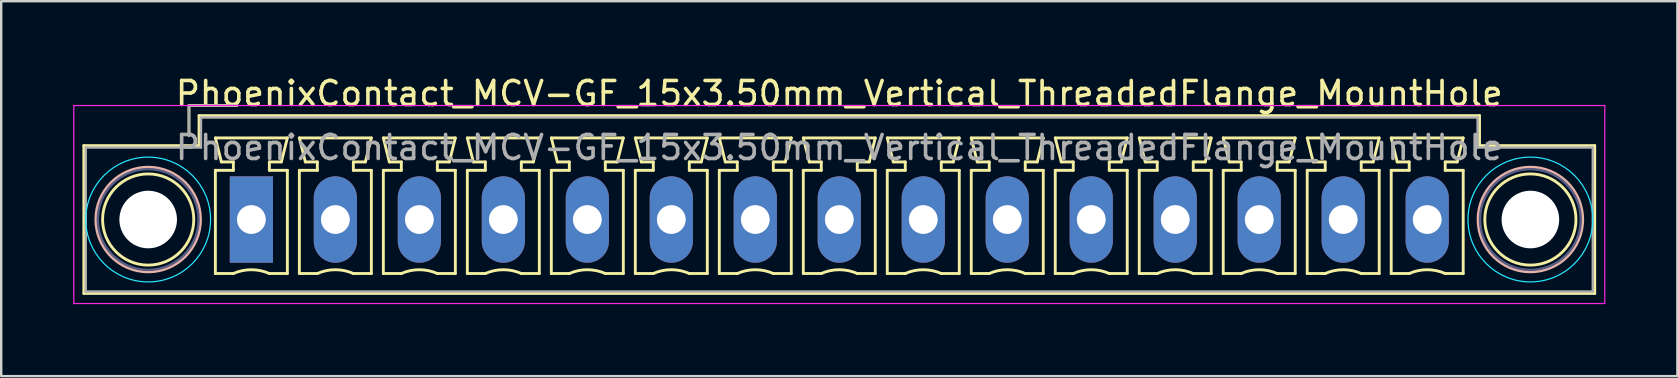
<source format=kicad_pcb>
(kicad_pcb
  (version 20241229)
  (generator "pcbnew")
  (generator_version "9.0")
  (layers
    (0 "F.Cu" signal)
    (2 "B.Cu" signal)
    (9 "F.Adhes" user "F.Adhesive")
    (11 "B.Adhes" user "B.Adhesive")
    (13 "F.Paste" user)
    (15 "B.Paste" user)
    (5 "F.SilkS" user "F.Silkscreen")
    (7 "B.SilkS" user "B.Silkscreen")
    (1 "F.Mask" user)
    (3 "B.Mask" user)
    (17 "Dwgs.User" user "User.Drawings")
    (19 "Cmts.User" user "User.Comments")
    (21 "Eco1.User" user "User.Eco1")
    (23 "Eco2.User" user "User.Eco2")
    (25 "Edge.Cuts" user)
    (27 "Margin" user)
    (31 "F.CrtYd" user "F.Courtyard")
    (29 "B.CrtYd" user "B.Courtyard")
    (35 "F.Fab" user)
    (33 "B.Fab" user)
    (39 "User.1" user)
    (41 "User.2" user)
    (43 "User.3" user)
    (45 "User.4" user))
  (footprint "PhoenixContact_MCV-GF_15x3.50mm_Vertical_ThreadedFlange_MountHole"
    (layer "F.Cu")
    (at 7.425 6.098)
    (property "Reference" "PhoenixContact_MCV-GF_15x3.50mm_Vertical_ThreadedFlange_MountHole" (at 24.5 -5.25 0) (layer "F.SilkS") (effects (font (size 1 1) (thickness 0.15))))
    (attr through_hole)
    (fp_line (start -6.98 -3.08) (end -6.98 3.08) (stroke (width 0.12) (type solid)) (layer "F.SilkS"))
    (fp_line (start -6.98 3.08) (end 55.98 3.08) (stroke (width 0.12) (type solid)) (layer "F.SilkS"))
    (fp_line (start -2.6 -4.75) (end -0.6 -4.75) (stroke (width 0.12) (type solid)) (layer "F.SilkS"))
    (fp_line (start -2.6 -3.5) (end -2.6 -4.75) (stroke (width 0.12) (type solid)) (layer "F.SilkS"))
    (fp_line (start -2.18 -4.33) (end -2.18 -3.08) (stroke (width 0.12) (type solid)) (layer "F.SilkS"))
    (fp_line (start -2.18 -3.08) (end -6.98 -3.08) (stroke (width 0.12) (type solid)) (layer "F.SilkS"))
    (fp_line (start -1.5 -3.4) (end 1.5 -3.4) (stroke (width 0.12) (type solid)) (layer "F.SilkS"))
    (fp_line (start -1.5 -2.05) (end -0.75 -2.05) (stroke (width 0.12) (type solid)) (layer "F.SilkS"))
    (fp_line (start -1.5 2.25) (end -1.5 -2.05) (stroke (width 0.12) (type solid)) (layer "F.SilkS"))
    (fp_line (start -1.25 -2.4) (end -1.5 -3.4) (stroke (width 0.12) (type solid)) (layer "F.SilkS"))
    (fp_line (start -0.75 -2.4) (end -1.25 -2.4) (stroke (width 0.12) (type solid)) (layer "F.SilkS"))
    (fp_line (start -0.75 -2.05) (end -0.75 -2.4) (stroke (width 0.12) (type solid)) (layer "F.SilkS"))
    (fp_line (start -0.75 2.25) (end -1.5 2.25) (stroke (width 0.12) (type solid)) (layer "F.SilkS"))
    (fp_line (start 0.75 -2.4) (end 0.75 -2.05) (stroke (width 0.12) (type solid)) (layer "F.SilkS"))
    (fp_line (start 0.75 -2.05) (end 1.5 -2.05) (stroke (width 0.12) (type solid)) (layer "F.SilkS"))
    (fp_line (start 1.25 -2.4) (end 0.75 -2.4) (stroke (width 0.12) (type solid)) (layer "F.SilkS"))
    (fp_line (start 1.5 -3.4) (end 1.25 -2.4) (stroke (width 0.12) (type solid)) (layer "F.SilkS"))
    (fp_line (start 1.5 -2.05) (end 1.5 2.25) (stroke (width 0.12) (type solid)) (layer "F.SilkS"))
    (fp_line (start 1.5 2.25) (end 0.75 2.25) (stroke (width 0.12) (type solid)) (layer "F.SilkS"))
    (fp_line (start 2 -3.4) (end 5 -3.4) (stroke (width 0.12) (type solid)) (layer "F.SilkS"))
    (fp_line (start 2 -2.05) (end 2.75 -2.05) (stroke (width 0.12) (type solid)) (layer "F.SilkS"))
    (fp_line (start 2 2.25) (end 2 -2.05) (stroke (width 0.12) (type solid)) (layer "F.SilkS"))
    (fp_line (start 2.25 -2.4) (end 2 -3.4) (stroke (width 0.12) (type solid)) (layer "F.SilkS"))
    (fp_line (start 2.75 -2.4) (end 2.25 -2.4) (stroke (width 0.12) (type solid)) (layer "F.SilkS"))
    (fp_line (start 2.75 -2.05) (end 2.75 -2.4) (stroke (width 0.12) (type solid)) (layer "F.SilkS"))
    (fp_line (start 2.75 2.25) (end 2 2.25) (stroke (width 0.12) (type solid)) (layer "F.SilkS"))
    (fp_line (start 4.25 -2.4) (end 4.25 -2.05) (stroke (width 0.12) (type solid)) (layer "F.SilkS"))
    (fp_line (start 4.25 -2.05) (end 5 -2.05) (stroke (width 0.12) (type solid)) (layer "F.SilkS"))
    (fp_line (start 4.75 -2.4) (end 4.25 -2.4) (stroke (width 0.12) (type solid)) (layer "F.SilkS"))
    (fp_line (start 5 -3.4) (end 4.75 -2.4) (stroke (width 0.12) (type solid)) (layer "F.SilkS"))
    (fp_line (start 5 -2.05) (end 5 2.25) (stroke (width 0.12) (type solid)) (layer "F.SilkS"))
    (fp_line (start 5 2.25) (end 4.25 2.25) (stroke (width 0.12) (type solid)) (layer "F.SilkS"))
    (fp_line (start 5.5 -3.4) (end 8.5 -3.4) (stroke (width 0.12) (type solid)) (layer "F.SilkS"))
    (fp_line (start 5.5 -2.05) (end 6.25 -2.05) (stroke (width 0.12) (type solid)) (layer "F.SilkS"))
    (fp_line (start 5.5 2.25) (end 5.5 -2.05) (stroke (width 0.12) (type solid)) (layer "F.SilkS"))
    (fp_line (start 5.75 -2.4) (end 5.5 -3.4) (stroke (width 0.12) (type solid)) (layer "F.SilkS"))
    (fp_line (start 6.25 -2.4) (end 5.75 -2.4) (stroke (width 0.12) (type solid)) (layer "F.SilkS"))
    (fp_line (start 6.25 -2.05) (end 6.25 -2.4) (stroke (width 0.12) (type solid)) (layer "F.SilkS"))
    (fp_line (start 6.25 2.25) (end 5.5 2.25) (stroke (width 0.12) (type solid)) (layer "F.SilkS"))
    (fp_line (start 7.75 -2.4) (end 7.75 -2.05) (stroke (width 0.12) (type solid)) (layer "F.SilkS"))
    (fp_line (start 7.75 -2.05) (end 8.5 -2.05) (stroke (width 0.12) (type solid)) (layer "F.SilkS"))
    (fp_line (start 8.25 -2.4) (end 7.75 -2.4) (stroke (width 0.12) (type solid)) (layer "F.SilkS"))
    (fp_line (start 8.5 -3.4) (end 8.25 -2.4) (stroke (width 0.12) (type solid)) (layer "F.SilkS"))
    (fp_line (start 8.5 -2.05) (end 8.5 2.25) (stroke (width 0.12) (type solid)) (layer "F.SilkS"))
    (fp_line (start 8.5 2.25) (end 7.75 2.25) (stroke (width 0.12) (type solid)) (layer "F.SilkS"))
    (fp_line (start 9 -3.4) (end 12 -3.4) (stroke (width 0.12) (type solid)) (layer "F.SilkS"))
    (fp_line (start 9 -2.05) (end 9.75 -2.05) (stroke (width 0.12) (type solid)) (layer "F.SilkS"))
    (fp_line (start 9 2.25) (end 9 -2.05) (stroke (width 0.12) (type solid)) (layer "F.SilkS"))
    (fp_line (start 9.25 -2.4) (end 9 -3.4) (stroke (width 0.12) (type solid)) (layer "F.SilkS"))
    (fp_line (start 9.75 -2.4) (end 9.25 -2.4) (stroke (width 0.12) (type solid)) (layer "F.SilkS"))
    (fp_line (start 9.75 -2.05) (end 9.75 -2.4) (stroke (width 0.12) (type solid)) (layer "F.SilkS"))
    (fp_line (start 9.75 2.25) (end 9 2.25) (stroke (width 0.12) (type solid)) (layer "F.SilkS"))
    (fp_line (start 11.25 -2.4) (end 11.25 -2.05) (stroke (width 0.12) (type solid)) (layer "F.SilkS"))
    (fp_line (start 11.25 -2.05) (end 12 -2.05) (stroke (width 0.12) (type solid)) (layer "F.SilkS"))
    (fp_line (start 11.75 -2.4) (end 11.25 -2.4) (stroke (width 0.12) (type solid)) (layer "F.SilkS"))
    (fp_line (start 12 -3.4) (end 11.75 -2.4) (stroke (width 0.12) (type solid)) (layer "F.SilkS"))
    (fp_line (start 12 -2.05) (end 12 2.25) (stroke (width 0.12) (type solid)) (layer "F.SilkS"))
    (fp_line (start 12 2.25) (end 11.25 2.25) (stroke (width 0.12) (type solid)) (layer "F.SilkS"))
    (fp_line (start 12.5 -3.4) (end 15.5 -3.4) (stroke (width 0.12) (type solid)) (layer "F.SilkS"))
    (fp_line (start 12.5 -2.05) (end 13.25 -2.05) (stroke (width 0.12) (type solid)) (layer "F.SilkS"))
    (fp_line (start 12.5 2.25) (end 12.5 -2.05) (stroke (width 0.12) (type solid)) (layer "F.SilkS"))
    (fp_line (start 12.75 -2.4) (end 12.5 -3.4) (stroke (width 0.12) (type solid)) (layer "F.SilkS"))
    (fp_line (start 13.25 -2.4) (end 12.75 -2.4) (stroke (width 0.12) (type solid)) (layer "F.SilkS"))
    (fp_line (start 13.25 -2.05) (end 13.25 -2.4) (stroke (width 0.12) (type solid)) (layer "F.SilkS"))
    (fp_line (start 13.25 2.25) (end 12.5 2.25) (stroke (width 0.12) (type solid)) (layer "F.SilkS"))
    (fp_line (start 14.75 -2.4) (end 14.75 -2.05) (stroke (width 0.12) (type solid)) (layer "F.SilkS"))
    (fp_line (start 14.75 -2.05) (end 15.5 -2.05) (stroke (width 0.12) (type solid)) (layer "F.SilkS"))
    (fp_line (start 15.25 -2.4) (end 14.75 -2.4) (stroke (width 0.12) (type solid)) (layer "F.SilkS"))
    (fp_line (start 15.5 -3.4) (end 15.25 -2.4) (stroke (width 0.12) (type solid)) (layer "F.SilkS"))
    (fp_line (start 15.5 -2.05) (end 15.5 2.25) (stroke (width 0.12) (type solid)) (layer "F.SilkS"))
    (fp_line (start 15.5 2.25) (end 14.75 2.25) (stroke (width 0.12) (type solid)) (layer "F.SilkS"))
    (fp_line (start 16 -3.4) (end 19 -3.4) (stroke (width 0.12) (type solid)) (layer "F.SilkS"))
    (fp_line (start 16 -2.05) (end 16.75 -2.05) (stroke (width 0.12) (type solid)) (layer "F.SilkS"))
    (fp_line (start 16 2.25) (end 16 -2.05) (stroke (width 0.12) (type solid)) (layer "F.SilkS"))
    (fp_line (start 16.25 -2.4) (end 16 -3.4) (stroke (width 0.12) (type solid)) (layer "F.SilkS"))
    (fp_line (start 16.75 -2.4) (end 16.25 -2.4) (stroke (width 0.12) (type solid)) (layer "F.SilkS"))
    (fp_line (start 16.75 -2.05) (end 16.75 -2.4) (stroke (width 0.12) (type solid)) (layer "F.SilkS"))
    (fp_line (start 16.75 2.25) (end 16 2.25) (stroke (width 0.12) (type solid)) (layer "F.SilkS"))
    (fp_line (start 18.25 -2.4) (end 18.25 -2.05) (stroke (width 0.12) (type solid)) (layer "F.SilkS"))
    (fp_line (start 18.25 -2.05) (end 19 -2.05) (stroke (width 0.12) (type solid)) (layer "F.SilkS"))
    (fp_line (start 18.75 -2.4) (end 18.25 -2.4) (stroke (width 0.12) (type solid)) (layer "F.SilkS"))
    (fp_line (start 19 -3.4) (end 18.75 -2.4) (stroke (width 0.12) (type solid)) (layer "F.SilkS"))
    (fp_line (start 19 -2.05) (end 19 2.25) (stroke (width 0.12) (type solid)) (layer "F.SilkS"))
    (fp_line (start 19 2.25) (end 18.25 2.25) (stroke (width 0.12) (type solid)) (layer "F.SilkS"))
    (fp_line (start 19.5 -3.4) (end 22.5 -3.4) (stroke (width 0.12) (type solid)) (layer "F.SilkS"))
    (fp_line (start 19.5 -2.05) (end 20.25 -2.05) (stroke (width 0.12) (type solid)) (layer "F.SilkS"))
    (fp_line (start 19.5 2.25) (end 19.5 -2.05) (stroke (width 0.12) (type solid)) (layer "F.SilkS"))
    (fp_line (start 19.75 -2.4) (end 19.5 -3.4) (stroke (width 0.12) (type solid)) (layer "F.SilkS"))
    (fp_line (start 20.25 -2.4) (end 19.75 -2.4) (stroke (width 0.12) (type solid)) (layer "F.SilkS"))
    (fp_line (start 20.25 -2.05) (end 20.25 -2.4) (stroke (width 0.12) (type solid)) (layer "F.SilkS"))
    (fp_line (start 20.25 2.25) (end 19.5 2.25) (stroke (width 0.12) (type solid)) (layer "F.SilkS"))
    (fp_line (start 21.75 -2.4) (end 21.75 -2.05) (stroke (width 0.12) (type solid)) (layer "F.SilkS"))
    (fp_line (start 21.75 -2.05) (end 22.5 -2.05) (stroke (width 0.12) (type solid)) (layer "F.SilkS"))
    (fp_line (start 22.25 -2.4) (end 21.75 -2.4) (stroke (width 0.12) (type solid)) (layer "F.SilkS"))
    (fp_line (start 22.5 -3.4) (end 22.25 -2.4) (stroke (width 0.12) (type solid)) (layer "F.SilkS"))
    (fp_line (start 22.5 -2.05) (end 22.5 2.25) (stroke (width 0.12) (type solid)) (layer "F.SilkS"))
    (fp_line (start 22.5 2.25) (end 21.75 2.25) (stroke (width 0.12) (type solid)) (layer "F.SilkS"))
    (fp_line (start 23 -3.4) (end 26 -3.4) (stroke (width 0.12) (type solid)) (layer "F.SilkS"))
    (fp_line (start 23 -2.05) (end 23.75 -2.05) (stroke (width 0.12) (type solid)) (layer "F.SilkS"))
    (fp_line (start 23 2.25) (end 23 -2.05) (stroke (width 0.12) (type solid)) (layer "F.SilkS"))
    (fp_line (start 23.25 -2.4) (end 23 -3.4) (stroke (width 0.12) (type solid)) (layer "F.SilkS"))
    (fp_line (start 23.75 -2.4) (end 23.25 -2.4) (stroke (width 0.12) (type solid)) (layer "F.SilkS"))
    (fp_line (start 23.75 -2.05) (end 23.75 -2.4) (stroke (width 0.12) (type solid)) (layer "F.SilkS"))
    (fp_line (start 23.75 2.25) (end 23 2.25) (stroke (width 0.12) (type solid)) (layer "F.SilkS"))
    (fp_line (start 25.25 -2.4) (end 25.25 -2.05) (stroke (width 0.12) (type solid)) (layer "F.SilkS"))
    (fp_line (start 25.25 -2.05) (end 26 -2.05) (stroke (width 0.12) (type solid)) (layer "F.SilkS"))
    (fp_line (start 25.75 -2.4) (end 25.25 -2.4) (stroke (width 0.12) (type solid)) (layer "F.SilkS"))
    (fp_line (start 26 -3.4) (end 25.75 -2.4) (stroke (width 0.12) (type solid)) (layer "F.SilkS"))
    (fp_line (start 26 -2.05) (end 26 2.25) (stroke (width 0.12) (type solid)) (layer "F.SilkS"))
    (fp_line (start 26 2.25) (end 25.25 2.25) (stroke (width 0.12) (type solid)) (layer "F.SilkS"))
    (fp_line (start 26.5 -3.4) (end 29.5 -3.4) (stroke (width 0.12) (type solid)) (layer "F.SilkS"))
    (fp_line (start 26.5 -2.05) (end 27.25 -2.05) (stroke (width 0.12) (type solid)) (layer "F.SilkS"))
    (fp_line (start 26.5 2.25) (end 26.5 -2.05) (stroke (width 0.12) (type solid)) (layer "F.SilkS"))
    (fp_line (start 26.75 -2.4) (end 26.5 -3.4) (stroke (width 0.12) (type solid)) (layer "F.SilkS"))
    (fp_line (start 27.25 -2.4) (end 26.75 -2.4) (stroke (width 0.12) (type solid)) (layer "F.SilkS"))
    (fp_line (start 27.25 -2.05) (end 27.25 -2.4) (stroke (width 0.12) (type solid)) (layer "F.SilkS"))
    (fp_line (start 27.25 2.25) (end 26.5 2.25) (stroke (width 0.12) (type solid)) (layer "F.SilkS"))
    (fp_line (start 28.75 -2.4) (end 28.75 -2.05) (stroke (width 0.12) (type solid)) (layer "F.SilkS"))
    (fp_line (start 28.75 -2.05) (end 29.5 -2.05) (stroke (width 0.12) (type solid)) (layer "F.SilkS"))
    (fp_line (start 29.25 -2.4) (end 28.75 -2.4) (stroke (width 0.12) (type solid)) (layer "F.SilkS"))
    (fp_line (start 29.5 -3.4) (end 29.25 -2.4) (stroke (width 0.12) (type solid)) (layer "F.SilkS"))
    (fp_line (start 29.5 -2.05) (end 29.5 2.25) (stroke (width 0.12) (type solid)) (layer "F.SilkS"))
    (fp_line (start 29.5 2.25) (end 28.75 2.25) (stroke (width 0.12) (type solid)) (layer "F.SilkS"))
    (fp_line (start 30 -3.4) (end 33 -3.4) (stroke (width 0.12) (type solid)) (layer "F.SilkS"))
    (fp_line (start 30 -2.05) (end 30.75 -2.05) (stroke (width 0.12) (type solid)) (layer "F.SilkS"))
    (fp_line (start 30 2.25) (end 30 -2.05) (stroke (width 0.12) (type solid)) (layer "F.SilkS"))
    (fp_line (start 30.25 -2.4) (end 30 -3.4) (stroke (width 0.12) (type solid)) (layer "F.SilkS"))
    (fp_line (start 30.75 -2.4) (end 30.25 -2.4) (stroke (width 0.12) (type solid)) (layer "F.SilkS"))
    (fp_line (start 30.75 -2.05) (end 30.75 -2.4) (stroke (width 0.12) (type solid)) (layer "F.SilkS"))
    (fp_line (start 30.75 2.25) (end 30 2.25) (stroke (width 0.12) (type solid)) (layer "F.SilkS"))
    (fp_line (start 32.25 -2.4) (end 32.25 -2.05) (stroke (width 0.12) (type solid)) (layer "F.SilkS"))
    (fp_line (start 32.25 -2.05) (end 33 -2.05) (stroke (width 0.12) (type solid)) (layer "F.SilkS"))
    (fp_line (start 32.75 -2.4) (end 32.25 -2.4) (stroke (width 0.12) (type solid)) (layer "F.SilkS"))
    (fp_line (start 33 -3.4) (end 32.75 -2.4) (stroke (width 0.12) (type solid)) (layer "F.SilkS"))
    (fp_line (start 33 -2.05) (end 33 2.25) (stroke (width 0.12) (type solid)) (layer "F.SilkS"))
    (fp_line (start 33 2.25) (end 32.25 2.25) (stroke (width 0.12) (type solid)) (layer "F.SilkS"))
    (fp_line (start 33.5 -3.4) (end 36.5 -3.4) (stroke (width 0.12) (type solid)) (layer "F.SilkS"))
    (fp_line (start 33.5 -2.05) (end 34.25 -2.05) (stroke (width 0.12) (type solid)) (layer "F.SilkS"))
    (fp_line (start 33.5 2.25) (end 33.5 -2.05) (stroke (width 0.12) (type solid)) (layer "F.SilkS"))
    (fp_line (start 33.75 -2.4) (end 33.5 -3.4) (stroke (width 0.12) (type solid)) (layer "F.SilkS"))
    (fp_line (start 34.25 -2.4) (end 33.75 -2.4) (stroke (width 0.12) (type solid)) (layer "F.SilkS"))
    (fp_line (start 34.25 -2.05) (end 34.25 -2.4) (stroke (width 0.12) (type solid)) (layer "F.SilkS"))
    (fp_line (start 34.25 2.25) (end 33.5 2.25) (stroke (width 0.12) (type solid)) (layer "F.SilkS"))
    (fp_line (start 35.75 -2.4) (end 35.75 -2.05) (stroke (width 0.12) (type solid)) (layer "F.SilkS"))
    (fp_line (start 35.75 -2.05) (end 36.5 -2.05) (stroke (width 0.12) (type solid)) (layer "F.SilkS"))
    (fp_line (start 36.25 -2.4) (end 35.75 -2.4) (stroke (width 0.12) (type solid)) (layer "F.SilkS"))
    (fp_line (start 36.5 -3.4) (end 36.25 -2.4) (stroke (width 0.12) (type solid)) (layer "F.SilkS"))
    (fp_line (start 36.5 -2.05) (end 36.5 2.25) (stroke (width 0.12) (type solid)) (layer "F.SilkS"))
    (fp_line (start 36.5 2.25) (end 35.75 2.25) (stroke (width 0.12) (type solid)) (layer "F.SilkS"))
    (fp_line (start 37 -3.4) (end 40 -3.4) (stroke (width 0.12) (type solid)) (layer "F.SilkS"))
    (fp_line (start 37 -2.05) (end 37.75 -2.05) (stroke (width 0.12) (type solid)) (layer "F.SilkS"))
    (fp_line (start 37 2.25) (end 37 -2.05) (stroke (width 0.12) (type solid)) (layer "F.SilkS"))
    (fp_line (start 37.25 -2.4) (end 37 -3.4) (stroke (width 0.12) (type solid)) (layer "F.SilkS"))
    (fp_line (start 37.75 -2.4) (end 37.25 -2.4) (stroke (width 0.12) (type solid)) (layer "F.SilkS"))
    (fp_line (start 37.75 -2.05) (end 37.75 -2.4) (stroke (width 0.12) (type solid)) (layer "F.SilkS"))
    (fp_line (start 37.75 2.25) (end 37 2.25) (stroke (width 0.12) (type solid)) (layer "F.SilkS"))
    (fp_line (start 39.25 -2.4) (end 39.25 -2.05) (stroke (width 0.12) (type solid)) (layer "F.SilkS"))
    (fp_line (start 39.25 -2.05) (end 40 -2.05) (stroke (width 0.12) (type solid)) (layer "F.SilkS"))
    (fp_line (start 39.75 -2.4) (end 39.25 -2.4) (stroke (width 0.12) (type solid)) (layer "F.SilkS"))
    (fp_line (start 40 -3.4) (end 39.75 -2.4) (stroke (width 0.12) (type solid)) (layer "F.SilkS"))
    (fp_line (start 40 -2.05) (end 40 2.25) (stroke (width 0.12) (type solid)) (layer "F.SilkS"))
    (fp_line (start 40 2.25) (end 39.25 2.25) (stroke (width 0.12) (type solid)) (layer "F.SilkS"))
    (fp_line (start 40.5 -3.4) (end 43.5 -3.4) (stroke (width 0.12) (type solid)) (layer "F.SilkS"))
    (fp_line (start 40.5 -2.05) (end 41.25 -2.05) (stroke (width 0.12) (type solid)) (layer "F.SilkS"))
    (fp_line (start 40.5 2.25) (end 40.5 -2.05) (stroke (width 0.12) (type solid)) (layer "F.SilkS"))
    (fp_line (start 40.75 -2.4) (end 40.5 -3.4) (stroke (width 0.12) (type solid)) (layer "F.SilkS"))
    (fp_line (start 41.25 -2.4) (end 40.75 -2.4) (stroke (width 0.12) (type solid)) (layer "F.SilkS"))
    (fp_line (start 41.25 -2.05) (end 41.25 -2.4) (stroke (width 0.12) (type solid)) (layer "F.SilkS"))
    (fp_line (start 41.25 2.25) (end 40.5 2.25) (stroke (width 0.12) (type solid)) (layer "F.SilkS"))
    (fp_line (start 42.75 -2.4) (end 42.75 -2.05) (stroke (width 0.12) (type solid)) (layer "F.SilkS"))
    (fp_line (start 42.75 -2.05) (end 43.5 -2.05) (stroke (width 0.12) (type solid)) (layer "F.SilkS"))
    (fp_line (start 43.25 -2.4) (end 42.75 -2.4) (stroke (width 0.12) (type solid)) (layer "F.SilkS"))
    (fp_line (start 43.5 -3.4) (end 43.25 -2.4) (stroke (width 0.12) (type solid)) (layer "F.SilkS"))
    (fp_line (start 43.5 -2.05) (end 43.5 2.25) (stroke (width 0.12) (type solid)) (layer "F.SilkS"))
    (fp_line (start 43.5 2.25) (end 42.75 2.25) (stroke (width 0.12) (type solid)) (layer "F.SilkS"))
    (fp_line (start 44 -3.4) (end 47 -3.4) (stroke (width 0.12) (type solid)) (layer "F.SilkS"))
    (fp_line (start 44 -2.05) (end 44.75 -2.05) (stroke (width 0.12) (type solid)) (layer "F.SilkS"))
    (fp_line (start 44 2.25) (end 44 -2.05) (stroke (width 0.12) (type solid)) (layer "F.SilkS"))
    (fp_line (start 44.25 -2.4) (end 44 -3.4) (stroke (width 0.12) (type solid)) (layer "F.SilkS"))
    (fp_line (start 44.75 -2.4) (end 44.25 -2.4) (stroke (width 0.12) (type solid)) (layer "F.SilkS"))
    (fp_line (start 44.75 -2.05) (end 44.75 -2.4) (stroke (width 0.12) (type solid)) (layer "F.SilkS"))
    (fp_line (start 44.75 2.25) (end 44 2.25) (stroke (width 0.12) (type solid)) (layer "F.SilkS"))
    (fp_line (start 46.25 -2.4) (end 46.25 -2.05) (stroke (width 0.12) (type solid)) (layer "F.SilkS"))
    (fp_line (start 46.25 -2.05) (end 47 -2.05) (stroke (width 0.12) (type solid)) (layer "F.SilkS"))
    (fp_line (start 46.75 -2.4) (end 46.25 -2.4) (stroke (width 0.12) (type solid)) (layer "F.SilkS"))
    (fp_line (start 47 -3.4) (end 46.75 -2.4) (stroke (width 0.12) (type solid)) (layer "F.SilkS"))
    (fp_line (start 47 -2.05) (end 47 2.25) (stroke (width 0.12) (type solid)) (layer "F.SilkS"))
    (fp_line (start 47 2.25) (end 46.25 2.25) (stroke (width 0.12) (type solid)) (layer "F.SilkS"))
    (fp_line (start 47.5 -3.4) (end 50.5 -3.4) (stroke (width 0.12) (type solid)) (layer "F.SilkS"))
    (fp_line (start 47.5 -2.05) (end 48.25 -2.05) (stroke (width 0.12) (type solid)) (layer "F.SilkS"))
    (fp_line (start 47.5 2.25) (end 47.5 -2.05) (stroke (width 0.12) (type solid)) (layer "F.SilkS"))
    (fp_line (start 47.75 -2.4) (end 47.5 -3.4) (stroke (width 0.12) (type solid)) (layer "F.SilkS"))
    (fp_line (start 48.25 -2.4) (end 47.75 -2.4) (stroke (width 0.12) (type solid)) (layer "F.SilkS"))
    (fp_line (start 48.25 -2.05) (end 48.25 -2.4) (stroke (width 0.12) (type solid)) (layer "F.SilkS"))
    (fp_line (start 48.25 2.25) (end 47.5 2.25) (stroke (width 0.12) (type solid)) (layer "F.SilkS"))
    (fp_line (start 49.75 -2.4) (end 49.75 -2.05) (stroke (width 0.12) (type solid)) (layer "F.SilkS"))
    (fp_line (start 49.75 -2.05) (end 50.5 -2.05) (stroke (width 0.12) (type solid)) (layer "F.SilkS"))
    (fp_line (start 50.25 -2.4) (end 49.75 -2.4) (stroke (width 0.12) (type solid)) (layer "F.SilkS"))
    (fp_line (start 50.5 -3.4) (end 50.25 -2.4) (stroke (width 0.12) (type solid)) (layer "F.SilkS"))
    (fp_line (start 50.5 -2.05) (end 50.5 2.25) (stroke (width 0.12) (type solid)) (layer "F.SilkS"))
    (fp_line (start 50.5 2.25) (end 49.75 2.25) (stroke (width 0.12) (type solid)) (layer "F.SilkS"))
    (fp_line (start 51.18 -4.33) (end -2.18 -4.33) (stroke (width 0.12) (type solid)) (layer "F.SilkS"))
    (fp_line (start 51.18 -3.08) (end 51.18 -4.33) (stroke (width 0.12) (type solid)) (layer "F.SilkS"))
    (fp_line (start 55.98 -3.08) (end 51.18 -3.08) (stroke (width 0.12) (type solid)) (layer "F.SilkS"))
    (fp_line (start 55.98 3.08) (end 55.98 -3.08) (stroke (width 0.12) (type solid)) (layer "F.SilkS"))
    (fp_arc (start -0.75 2.25) (mid -0.000193 2.09191) (end 0.749647 2.249844) (stroke (width 0.12) (type solid)) (layer "F.SilkS"))
    (fp_arc (start 2.75 2.25) (mid 3.499807 2.09191) (end 4.249647 2.249844) (stroke (width 0.12) (type solid)) (layer "F.SilkS"))
    (fp_arc (start 6.25 2.25) (mid 6.999807 2.09191) (end 7.749647 2.249844) (stroke (width 0.12) (type solid)) (layer "F.SilkS"))
    (fp_arc (start 9.75 2.25) (mid 10.499807 2.09191) (end 11.249647 2.249844) (stroke (width 0.12) (type solid)) (layer "F.SilkS"))
    (fp_arc (start 13.25 2.25) (mid 13.999807 2.09191) (end 14.749647 2.249844) (stroke (width 0.12) (type solid)) (layer "F.SilkS"))
    (fp_arc (start 16.75 2.25) (mid 17.499807 2.09191) (end 18.249647 2.249844) (stroke (width 0.12) (type solid)) (layer "F.SilkS"))
    (fp_arc (start 20.25 2.25) (mid 20.999807 2.09191) (end 21.749647 2.249844) (stroke (width 0.12) (type solid)) (layer "F.SilkS"))
    (fp_arc (start 23.75 2.25) (mid 24.499807 2.09191) (end 25.249647 2.249844) (stroke (width 0.12) (type solid)) (layer "F.SilkS"))
    (fp_arc (start 27.25 2.25) (mid 27.999807 2.09191) (end 28.749647 2.249844) (stroke (width 0.12) (type solid)) (layer "F.SilkS"))
    (fp_arc (start 30.75 2.25) (mid 31.499807 2.09191) (end 32.249647 2.249844) (stroke (width 0.12) (type solid)) (layer "F.SilkS"))
    (fp_arc (start 34.25 2.25) (mid 34.999807 2.09191) (end 35.749647 2.249844) (stroke (width 0.12) (type solid)) (layer "F.SilkS"))
    (fp_arc (start 37.75 2.25) (mid 38.499807 2.09191) (end 39.249647 2.249844) (stroke (width 0.12) (type solid)) (layer "F.SilkS"))
    (fp_arc (start 41.25 2.25) (mid 41.999807 2.09191) (end 42.749647 2.249844) (stroke (width 0.12) (type solid)) (layer "F.SilkS"))
    (fp_arc (start 44.75 2.25) (mid 45.499807 2.09191) (end 46.249647 2.249844) (stroke (width 0.12) (type solid)) (layer "F.SilkS"))
    (fp_arc (start 48.25 2.25) (mid 48.999807 2.09191) (end 49.749647 2.249844) (stroke (width 0.12) (type solid)) (layer "F.SilkS"))
    (fp_circle (center -4.3 0) (end -2.4 0) (stroke (width 0.12) (type solid)) (fill no) (layer "F.SilkS"))
    (fp_circle (center 53.3 0) (end 55.2 0) (stroke (width 0.12) (type solid)) (fill no) (layer "F.SilkS"))
    (fp_circle (center -4.3 0) (end -2.12 0) (stroke (width 0.12) (type solid)) (fill no) (layer "B.SilkS"))
    (fp_circle (center 53.3 0) (end 55.48 0) (stroke (width 0.12) (type solid)) (fill no) (layer "B.SilkS"))
    (fp_circle (center -4.3 0) (end -1.7 0) (stroke (width 0.05) (type solid)) (fill no) (layer "B.CrtYd"))
    (fp_circle (center 53.3 0) (end 55.9 0) (stroke (width 0.05) (type solid)) (fill no) (layer "B.CrtYd"))
    (fp_line (start -7.4 -4.75) (end -7.4 3.5) (stroke (width 0.05) (type solid)) (layer "F.CrtYd"))
    (fp_line (start -7.4 3.5) (end 56.4 3.5) (stroke (width 0.05) (type solid)) (layer "F.CrtYd"))
    (fp_line (start 56.4 -4.75) (end -7.4 -4.75) (stroke (width 0.05) (type solid)) (layer "F.CrtYd"))
    (fp_line (start 56.4 3.5) (end 56.4 -4.75) (stroke (width 0.05) (type solid)) (layer "F.CrtYd"))
    (fp_circle (center -4.3 0) (end -2.2 0) (stroke (width 0.1) (type solid)) (fill no) (layer "B.Fab"))
    (fp_circle (center 53.3 0) (end 55.4 0) (stroke (width 0.1) (type solid)) (fill no) (layer "B.Fab"))
    (fp_line (start -6.9 -3) (end -6.9 3) (stroke (width 0.1) (type solid)) (layer "F.Fab"))
    (fp_line (start -6.9 3) (end 55.9 3) (stroke (width 0.1) (type solid)) (layer "F.Fab"))
    (fp_line (start -2.6 -4.75) (end -0.6 -4.75) (stroke (width 0.1) (type solid)) (layer "F.Fab"))
    (fp_line (start -2.6 -3.5) (end -2.6 -4.75) (stroke (width 0.1) (type solid)) (layer "F.Fab"))
    (fp_line (start -2.1 -4.25) (end -2.1 -3) (stroke (width 0.1) (type solid)) (layer "F.Fab"))
    (fp_line (start -2.1 -3) (end -6.9 -3) (stroke (width 0.1) (type solid)) (layer "F.Fab"))
    (fp_line (start 51.1 -4.25) (end -2.1 -4.25) (stroke (width 0.1) (type solid)) (layer "F.Fab"))
    (fp_line (start 51.1 -3) (end 51.1 -4.25) (stroke (width 0.1) (type solid)) (layer "F.Fab"))
    (fp_line (start 55.9 -3) (end 51.1 -3) (stroke (width 0.1) (type solid)) (layer "F.Fab"))
    (fp_line (start 55.9 3) (end 55.9 -3) (stroke (width 0.1) (type solid)) (layer "F.Fab"))
    (fp_text user "${REFERENCE}" (at 24.5 -3 0) (layer "F.Fab") (effects (font (size 1 1) (thickness 0.15))))
    (pad "" np_thru_hole circle (at -4.3 0) (size 2.4 2.4) (drill 2.4) (layers "*.Cu" "*.Mask"))
    (pad "" np_thru_hole circle (at 53.3 0) (size 2.4 2.4) (drill 2.4) (layers "*.Cu" "*.Mask"))
    (pad "1" thru_hole rect (at 0 0) (size 1.8 3.6) (drill 1.2) (layers "*.Cu" "*.Mask"))
    (pad "2" thru_hole oval (at 3.5 0) (size 1.8 3.6) (drill 1.2) (layers "*.Cu" "*.Mask"))
    (pad "3" thru_hole oval (at 7 0) (size 1.8 3.6) (drill 1.2) (layers "*.Cu" "*.Mask"))
    (pad "4" thru_hole oval (at 10.5 0) (size 1.8 3.6) (drill 1.2) (layers "*.Cu" "*.Mask"))
    (pad "5" thru_hole oval (at 14 0) (size 1.8 3.6) (drill 1.2) (layers "*.Cu" "*.Mask"))
    (pad "6" thru_hole oval (at 17.5 0) (size 1.8 3.6) (drill 1.2) (layers "*.Cu" "*.Mask"))
    (pad "7" thru_hole oval (at 21 0) (size 1.8 3.6) (drill 1.2) (layers "*.Cu" "*.Mask"))
    (pad "8" thru_hole oval (at 24.5 0) (size 1.8 3.6) (drill 1.2) (layers "*.Cu" "*.Mask"))
    (pad "9" thru_hole oval (at 28 0) (size 1.8 3.6) (drill 1.2) (layers "*.Cu" "*.Mask"))
    (pad "10" thru_hole oval (at 31.5 0) (size 1.8 3.6) (drill 1.2) (layers "*.Cu" "*.Mask"))
    (pad "11" thru_hole oval (at 35 0) (size 1.8 3.6) (drill 1.2) (layers "*.Cu" "*.Mask"))
    (pad "12" thru_hole oval (at 38.5 0) (size 1.8 3.6) (drill 1.2) (layers "*.Cu" "*.Mask"))
    (pad "13" thru_hole oval (at 42 0) (size 1.8 3.6) (drill 1.2) (layers "*.Cu" "*.Mask"))
    (pad "14" thru_hole oval (at 45.5 0) (size 1.8 3.6) (drill 1.2) (layers "*.Cu" "*.Mask"))
    (pad "15" thru_hole oval (at 49 0) (size 1.8 3.6) (drill 1.2) (layers "*.Cu" "*.Mask")))
  (gr_rect
    (start -3 -3)
    (end 66.85 12.623)
    (stroke (width 0.1) (type default))
    (fill no)
    (layer "Edge.Cuts")))
</source>
